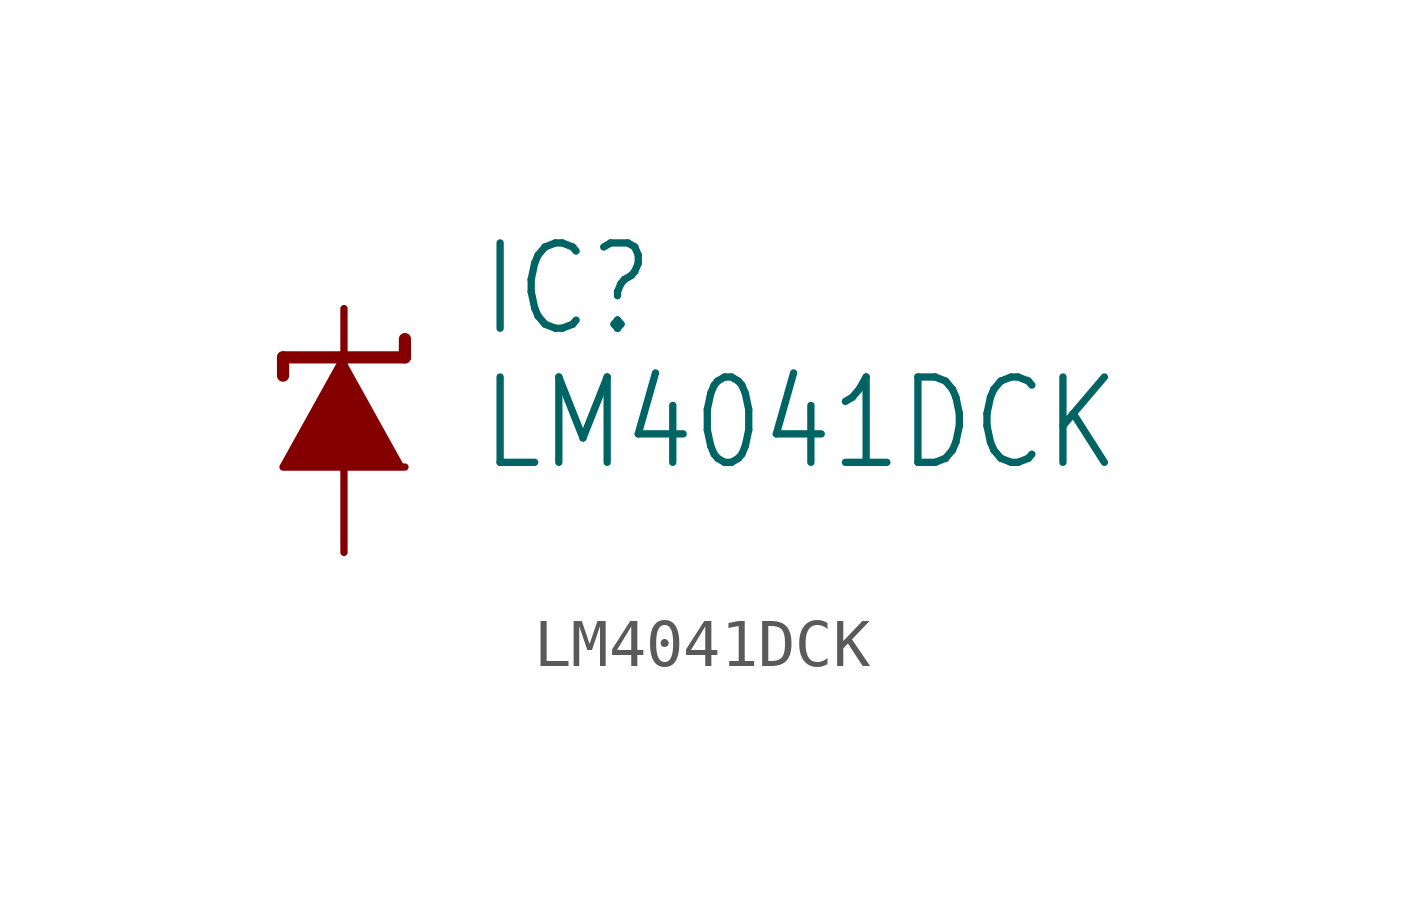
<source format=kicad_sym>
(kicad_symbol_lib
  (version 20211014)
  (generator kicad_symbol_editor)
  (symbol "LM4041DCK"
    (property "Reference" "IC"
      (at 2.794 1.905 0)
      (effects (font (size 1.778 1.511)) (justify left bottom)))
    (property "Value" "LM4041DCK"
      (at 2.794 -0.889 0)
      (effects (font (size 1.778 1.511)) (justify left bottom)))
    (property "ki_locked" ""
      (at 0 0 0)
      (effects (font (size 1.27 1.27))))
    (symbol "LM4041DCK_1_0"
      (polyline (pts (xy -1.27 1.524) (xy -1.27 1.143)) (stroke (width 0.254) (type default) (color 0 0 0 0)) (fill (type none)))
      (polyline (pts (xy 0 1.524) (xy -1.27 1.524)) (stroke (width 0.254) (type default) (color 0 0 0 0)) (fill (type none)))
      (polyline (pts (xy 1.27 1.524) (xy 0 1.524)) (stroke (width 0.254) (type default) (color 0 0 0 0)) (fill (type none)))
      (polyline (pts (xy 1.27 1.905) (xy 1.27 1.524)) (stroke (width 0.254) (type default) (color 0 0 0 0)) (fill (type none)))
      (polyline (pts (xy 0 1.524) (xy -1.27 -0.762) (xy 1.27 -0.762)) (stroke (width 0) (type default) (color 0 0 0 0)) (fill (type outline)))
      (pin passive line (at 0 -2.54 90) (length 2.54) (name "A" (effects (font (size 0 0)))) (number "1" (effects (font (size 0 0)))))
      (pin passive line (at 0 2.54 270) (length 2.54) (name "C" (effects (font (size 0 0)))) (number "3" (effects (font (size 0 0))))))))
</source>
